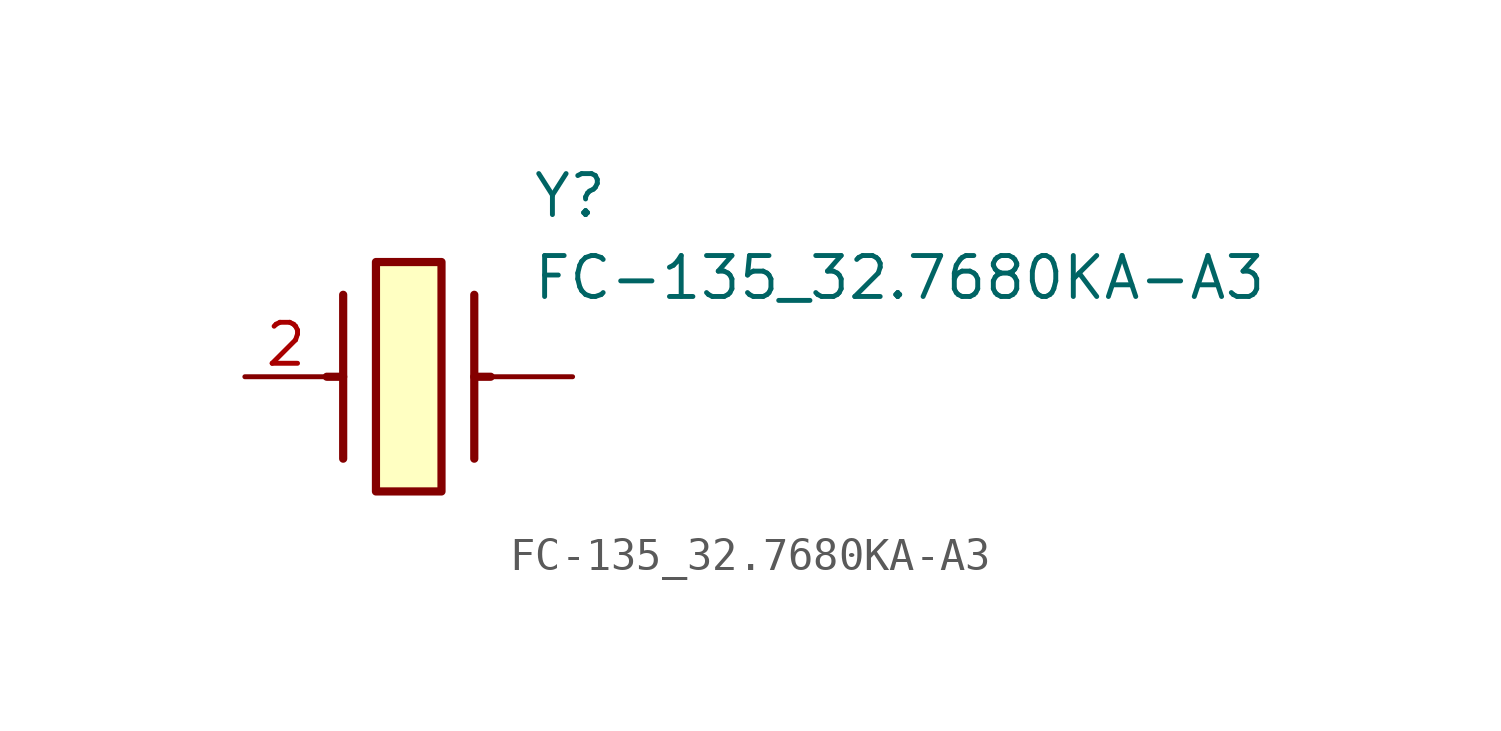
<source format=kicad_sym>
(kicad_symbol_lib
  (version 20211014)
  (generator SamacSys_ECAD_Model)
  (symbol "FC-135_32.7680KA-A3"
    (pin_names hide)
    (property "Reference" "Y"
      (at 8.89 6.35 0)
      (effects (font (size 1.27 1.27)) (justify left top)))
    (property "Value" "FC-135_32.7680KA-A3"
      (at 8.89 3.81 0)
      (effects (font (size 1.27 1.27)) (justify left top)))
    (rectangle
      (start 4.064 3.556)
      (end 6.096 -3.556)
      (stroke (width 0.254) (type default))
      (fill (type background)))
    (polyline
      (pts (xy 3.048 2.54) (xy 3.048 -2.54))
      (stroke (width 0.254) (type default))
      (fill (type none)))
    (polyline
      (pts (xy 7.112 2.54) (xy 7.112 -2.54))
      (stroke (width 0.254) (type default))
      (fill (type none)))
    (polyline
      (pts (xy 7.112 0) (xy 7.62 0))
      (stroke (width 0.254) (type default))
      (fill (type none)))
    (polyline
      (pts (xy 3.048 0) (xy 2.54 0))
      (stroke (width 0.254) (type default))
      (fill (type none)))
    (pin passive line
      (at 0 0 0)
      (length 2.54)
      (name "X2" (effects (font (size 1.27 1.27))))
      (number "2" (effects (font (size 1.27 1.27)))))
    (pin passive line
      (at 10.16 0 180)
      (length 2.54)
      (name "" (effects (font (size 1.27 1.27))))
      (number "" (effects (font (size 1.27 1.27)))))))
</source>
